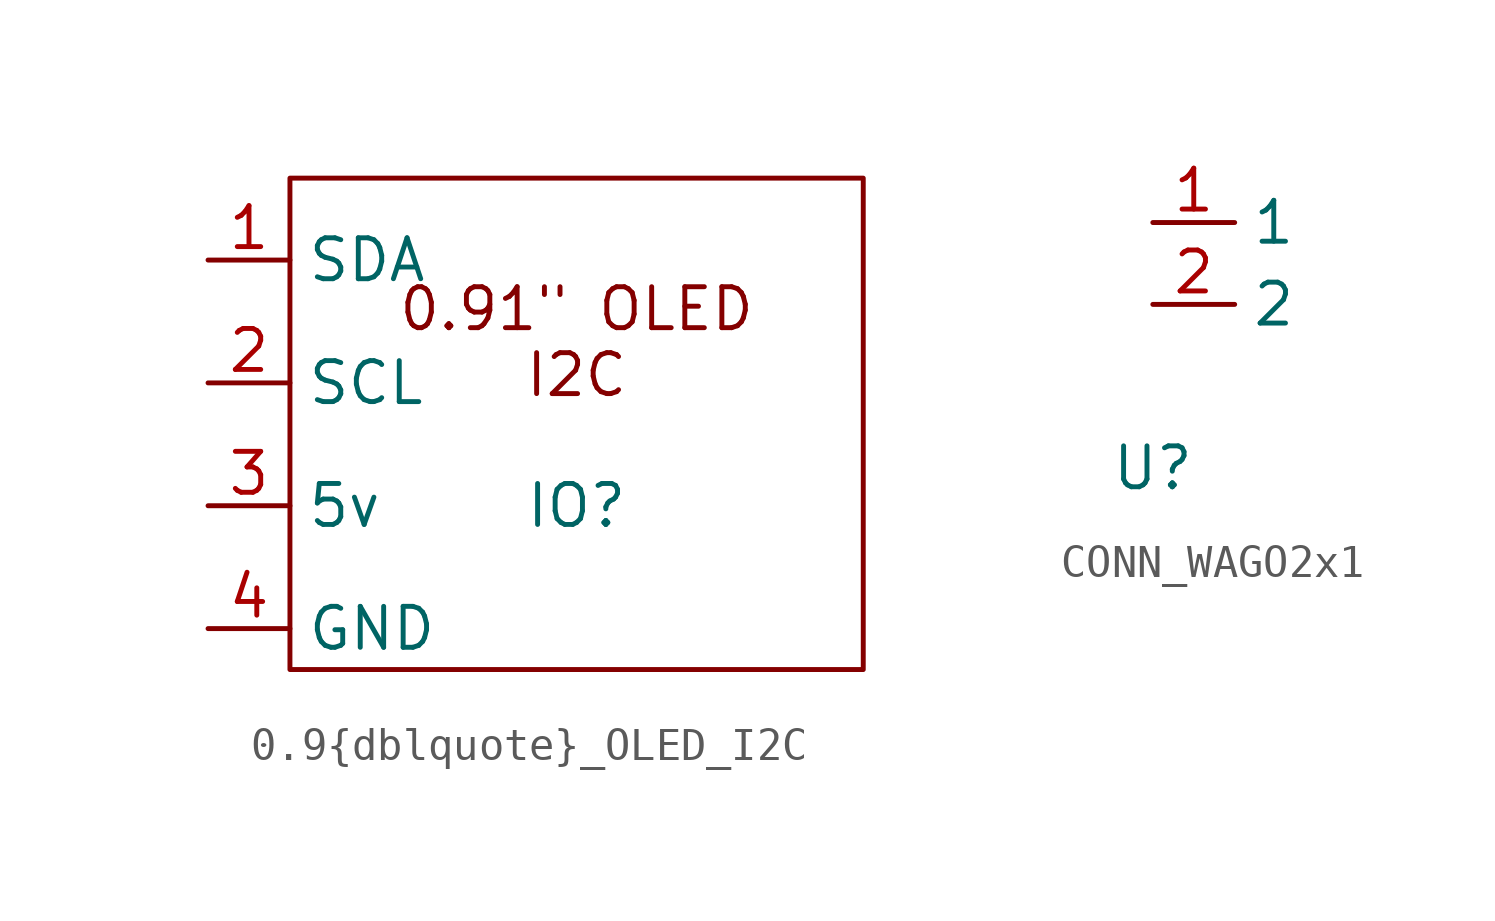
<source format=kicad_sym>
(kicad_symbol_lib
  (version 20220914)
  (generator kicad_symbol_editor)
  (symbol "0.9{dblquote}_OLED_I2C"
    (property "Reference" "IO"
      (at 0 0 0)
      (effects (font (size 1.27 1.27))))
    (property "Value" ""
      (at 0 0 0)
      (effects (font (size 1.27 1.27))))
    (symbol "0.9{dblquote}_OLED_I2C_0_1"
      (rectangle (start -8.89 10.16) (end 8.89 -5.08) (stroke (width 0) (type default)) (fill (type none))))
    (symbol "0.9{dblquote}_OLED_I2C_1_1"
      (text "0.91\" OLED\nI2C" (at 0 5.08 0) (effects (font (size 1.27 1.27))))
      (pin bidirectional line (at -11.43 7.62 0) (length 2.54) (name "SDA" (effects (font (size 1.27 1.27)))) (number "1" (effects (font (size 1.27 1.27)))))
      (pin input line (at -11.43 3.81 0) (length 2.54) (name "SCL" (effects (font (size 1.27 1.27)))) (number "2" (effects (font (size 1.27 1.27)))))
      (pin power_in line (at -11.43 0 0) (length 2.54) (name "5v" (effects (font (size 1.27 1.27)))) (number "3" (effects (font (size 1.27 1.27)))))
      (pin power_in line (at -11.43 -3.81 0) (length 2.54) (name "GND" (effects (font (size 1.27 1.27)))) (number "4" (effects (font (size 1.27 1.27)))))))
  (symbol "CONN_WAGO2x1"
    (property "Reference" "U"
      (at 0 0 0)
      (effects (font (size 1.27 1.27))))
    (property "Value" ""
      (at 0 0 0)
      (effects (font (size 1.27 1.27))))
    (symbol "CONN_WAGO2x1_1_1"
      (pin input line (at 0 7.62 0) (length 2.54) (name "1" (effects (font (size 1.27 1.27)))) (number "1" (effects (font (size 1.27 1.27)))))
      (pin input line (at 0 5.08 0) (length 2.54) (name "2" (effects (font (size 1.27 1.27)))) (number "2" (effects (font (size 1.27 1.27))))))))
</source>
